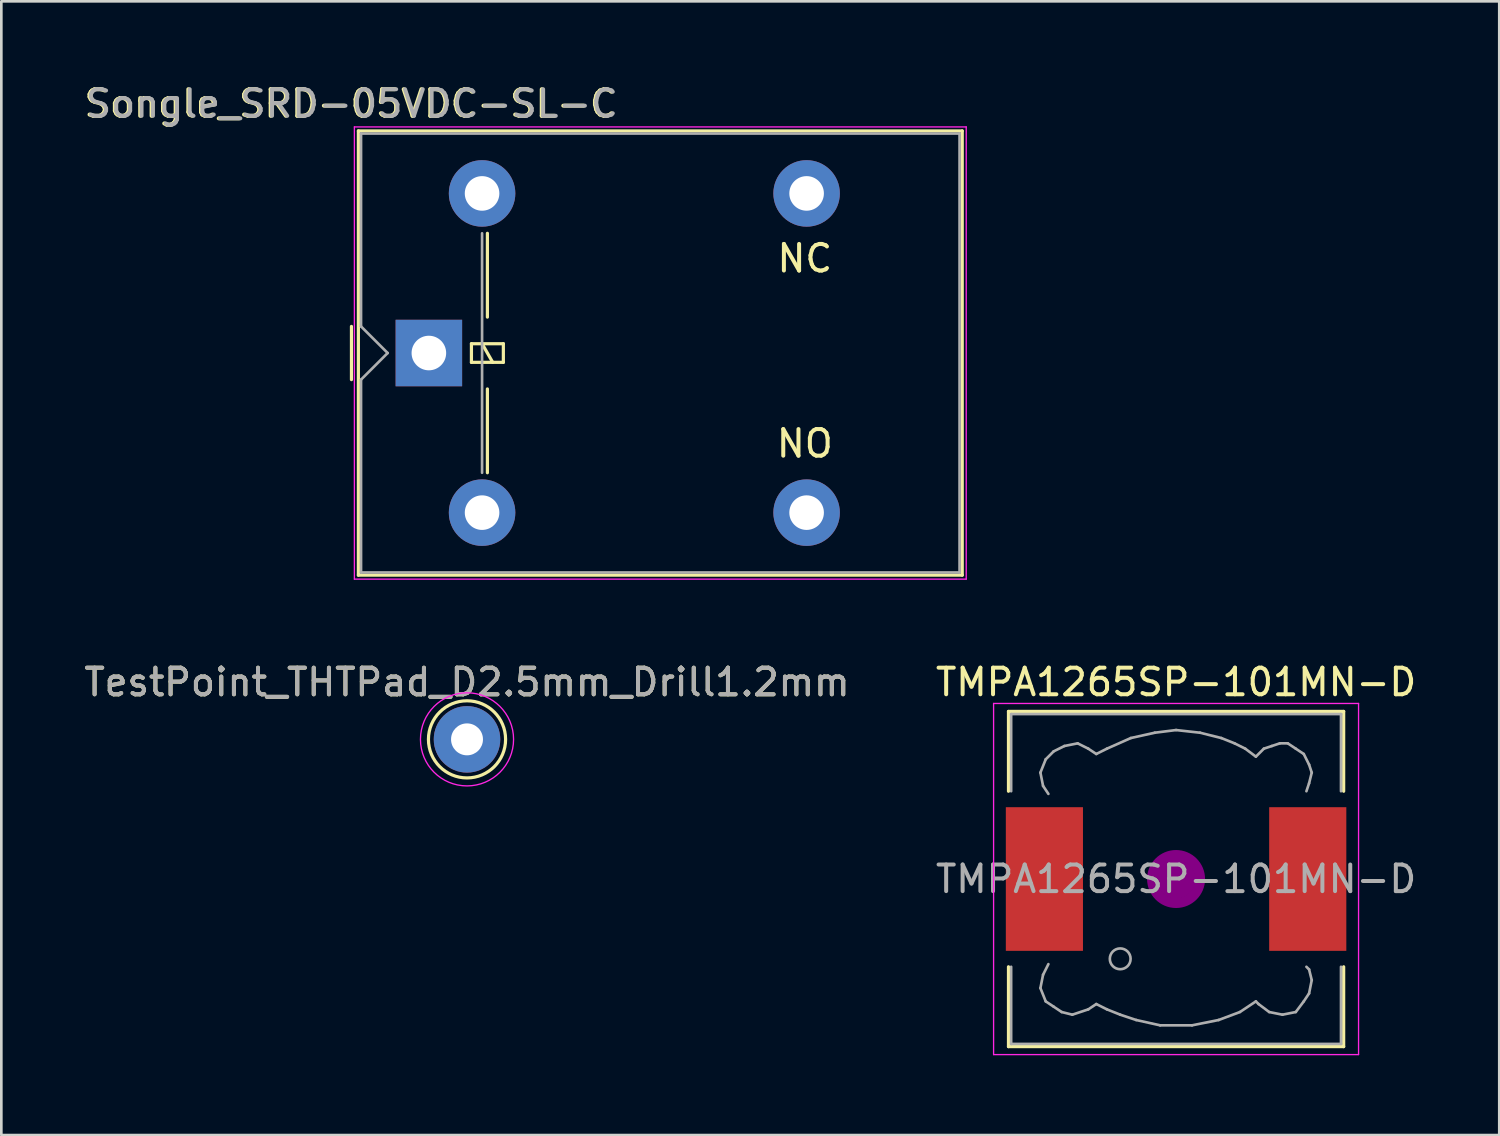
<source format=kicad_pcb>
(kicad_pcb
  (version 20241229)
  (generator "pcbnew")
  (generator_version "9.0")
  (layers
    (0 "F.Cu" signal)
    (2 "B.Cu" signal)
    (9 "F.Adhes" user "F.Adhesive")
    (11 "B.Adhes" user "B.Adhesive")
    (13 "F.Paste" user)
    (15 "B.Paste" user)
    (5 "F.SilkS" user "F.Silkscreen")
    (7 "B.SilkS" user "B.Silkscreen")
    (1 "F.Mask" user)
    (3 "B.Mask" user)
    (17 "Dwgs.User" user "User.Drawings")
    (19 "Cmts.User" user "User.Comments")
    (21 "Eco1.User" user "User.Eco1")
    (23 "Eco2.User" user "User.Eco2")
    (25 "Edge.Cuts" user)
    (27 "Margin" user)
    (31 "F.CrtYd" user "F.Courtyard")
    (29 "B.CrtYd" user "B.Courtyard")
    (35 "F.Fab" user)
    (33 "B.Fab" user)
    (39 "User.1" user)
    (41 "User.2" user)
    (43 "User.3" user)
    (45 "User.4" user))
  (footprint "Songle_SRD-05VDC-SL-C"
    (layer "F.Cu")
    (at 13.021 10.145)
    (property "Reference" "Songle_SRD-05VDC-SL-C" (at -2.896 -9.296 0) (layer "F.SilkS") (effects (font (size 1 1) (thickness 0.15))))
    (attr through_hole)
    (fp_line (start -2.859 1.076) (end -2.859 -0.924) (stroke (width 0.12) (type solid)) (layer "F.SilkS"))
    (fp_line (start -2.599 -8.274) (end -2.599 8.426) (stroke (width 0.12) (type solid)) (layer "F.SilkS"))
    (fp_line (start -2.599 8.426) (end 20.101 8.426) (stroke (width 0.12) (type solid)) (layer "F.SilkS"))
    (fp_line (start 1.651 -0.274) (end 1.651 0.426) (stroke (width 0.12) (type solid)) (layer "F.SilkS"))
    (fp_line (start 1.651 0.426) (end 2.851 0.426) (stroke (width 0.12) (type solid)) (layer "F.SilkS"))
    (fp_line (start 2.251 -1.274) (end 2.251 -4.424) (stroke (width 0.12) (type solid)) (layer "F.SilkS"))
    (fp_line (start 2.251 4.576) (end 2.251 1.426) (stroke (width 0.12) (type solid)) (layer "F.SilkS"))
    (fp_line (start 2.451 0.426) (end 2.051 -0.274) (stroke (width 0.12) (type solid)) (layer "F.SilkS"))
    (fp_line (start 2.851 -0.274) (end 1.651 -0.274) (stroke (width 0.12) (type solid)) (layer "F.SilkS"))
    (fp_line (start 2.851 0.426) (end 2.851 -0.274) (stroke (width 0.12) (type solid)) (layer "F.SilkS"))
    (fp_line (start 20.101 -8.274) (end -2.599 -8.274) (stroke (width 0.12) (type solid)) (layer "F.SilkS"))
    (fp_line (start 20.101 8.426) (end 20.101 -8.274) (stroke (width 0.12) (type solid)) (layer "F.SilkS"))
    (fp_line (start -2.749 -8.424) (end -2.749 8.576) (stroke (width 0.05) (type solid)) (layer "F.CrtYd"))
    (fp_line (start -2.749 8.576) (end 20.251 8.576) (stroke (width 0.05) (type solid)) (layer "F.CrtYd"))
    (fp_line (start 20.251 -8.424) (end -2.749 -8.424) (stroke (width 0.05) (type solid)) (layer "F.CrtYd"))
    (fp_line (start 20.251 8.576) (end 20.251 -8.424) (stroke (width 0.05) (type solid)) (layer "F.CrtYd"))
    (fp_line (start -2.499 -8.174) (end 20.001 -8.174) (stroke (width 0.1) (type solid)) (layer "F.Fab"))
    (fp_line (start -2.499 -0.924) (end -2.499 -8.174) (stroke (width 0.1) (type solid)) (layer "F.Fab"))
    (fp_line (start -2.499 1.076) (end -1.499 0.076) (stroke (width 0.1) (type solid)) (layer "F.Fab"))
    (fp_line (start -2.499 8.326) (end -2.499 1.076) (stroke (width 0.1) (type solid)) (layer "F.Fab"))
    (fp_line (start -1.499 0.076) (end -2.499 -0.924) (stroke (width 0.1) (type solid)) (layer "F.Fab"))
    (fp_line (start 2.051 4.576) (end 2.051 -4.424) (stroke (width 0.1) (type solid)) (layer "F.Fab"))
    (fp_line (start 20.001 -8.174) (end 20.001 8.326) (stroke (width 0.1) (type solid)) (layer "F.Fab"))
    (fp_line (start 20.001 8.326) (end -2.499 8.326) (stroke (width 0.1) (type solid)) (layer "F.Fab"))
    (fp_text user "NC" (at 14.183 -3.48 0) (layer "F.SilkS") (effects (font (size 1 1) (thickness 0.15))))
    (fp_text user "NO" (at 14.183 3.48 0) (layer "F.SilkS") (effects (font (size 1 1) (thickness 0.15))))
    (fp_text user "${REFERENCE}" (at -2.845 -9.296 0) (layer "F.Fab") (effects (font (size 1 1) (thickness 0.15))))
    (pad "1" thru_hole oval (at 2.051 6.076 90) (size 2.5 2.5) (drill 1.3) (layers "*.Cu" "*.Mask"))
    (pad "2" thru_hole oval (at 2.051 -5.924 90) (size 2.5 2.5) (drill 1.3) (layers "*.Cu" "*.Mask"))
    (pad "3" thru_hole rect (at 0.051 0.076 90) (size 2.5 2.5) (drill 1.3) (layers "*.Cu" "*.Mask"))
    (pad "4" thru_hole oval (at 14.251 -5.924 90) (size 2.5 2.5) (drill 1.3) (layers "*.Cu" "*.Mask"))
    (pad "5" thru_hole oval (at 14.251 6.076 90) (size 2.5 2.5) (drill 1.3) (layers "*.Cu" "*.Mask")))
  (footprint "TMPA1265SP-101MN-D"
    (layer "F.Cu")
    (at 41.161 29.994)
    (property "Reference" "TMPA1265SP-101MN-D" (at 0 -7.4 0) (layer "F.SilkS") (effects (font (size 1 1) (thickness 0.15))))
    (attr smd)
    (fp_line (start -6.3 -6.3) (end 6.3 -6.3) (stroke (width 0.12) (type solid)) (layer "F.SilkS"))
    (fp_line (start -6.3 -3.3) (end -6.3 -6.3) (stroke (width 0.12) (type solid)) (layer "F.SilkS"))
    (fp_line (start -6.3 6.3) (end -6.3 3.3) (stroke (width 0.12) (type solid)) (layer "F.SilkS"))
    (fp_line (start 6.3 -6.3) (end 6.3 -3.3) (stroke (width 0.12) (type solid)) (layer "F.SilkS"))
    (fp_line (start 6.3 3.3) (end 6.3 6.3) (stroke (width 0.12) (type solid)) (layer "F.SilkS"))
    (fp_line (start 6.3 6.3) (end -6.3 6.3) (stroke (width 0.12) (type solid)) (layer "F.SilkS"))
    (fp_circle (center 0 0) (end 0.15 0.15) (stroke (width 0.38) (type solid)) (fill no) (layer "F.Adhes"))
    (fp_circle (center 0 0) (end 0.55 0) (stroke (width 0.38) (type solid)) (fill no) (layer "F.Adhes"))
    (fp_circle (center 0 0) (end 0.9 0) (stroke (width 0.38) (type solid)) (fill no) (layer "F.Adhes"))
    (fp_line (start -6.86 -6.6) (end 6.86 -6.6) (stroke (width 0.05) (type solid)) (layer "F.CrtYd"))
    (fp_line (start -6.86 6.6) (end -6.86 -6.6) (stroke (width 0.05) (type solid)) (layer "F.CrtYd"))
    (fp_line (start 6.86 -6.6) (end 6.86 6.6) (stroke (width 0.05) (type solid)) (layer "F.CrtYd"))
    (fp_line (start 6.86 6.6) (end -6.86 6.6) (stroke (width 0.05) (type solid)) (layer "F.CrtYd"))
    (fp_line (start -6.2 -6.2) (end -6.2 -3.3) (stroke (width 0.1) (type solid)) (layer "F.Fab"))
    (fp_line (start -6.2 3.3) (end -6.2 6.2) (stroke (width 0.1) (type solid)) (layer "F.Fab"))
    (fp_line (start -6.2 6.2) (end 6.2 6.2) (stroke (width 0.1) (type solid)) (layer "F.Fab"))
    (fp_line (start -5.1 -4) (end -5 -3.5) (stroke (width 0.1) (type solid)) (layer "F.Fab"))
    (fp_line (start -5.1 4.1) (end -5 3.6) (stroke (width 0.1) (type solid)) (layer "F.Fab"))
    (fp_line (start -5 -3.5) (end -4.8 -3.2) (stroke (width 0.1) (type solid)) (layer "F.Fab"))
    (fp_line (start -5 3.6) (end -4.8 3.2) (stroke (width 0.1) (type solid)) (layer "F.Fab"))
    (fp_line (start -4.9 -4.5) (end -5.1 -4) (stroke (width 0.1) (type solid)) (layer "F.Fab"))
    (fp_line (start -4.9 4.6) (end -5.1 4.1) (stroke (width 0.1) (type solid)) (layer "F.Fab"))
    (fp_line (start -4.6 -4.8) (end -4.9 -4.5) (stroke (width 0.1) (type solid)) (layer "F.Fab"))
    (fp_line (start -4.6 4.8) (end -4.9 4.6) (stroke (width 0.1) (type solid)) (layer "F.Fab"))
    (fp_line (start -4.3 5) (end -4.6 4.8) (stroke (width 0.1) (type solid)) (layer "F.Fab"))
    (fp_line (start -4.2 -5) (end -4.6 -4.8) (stroke (width 0.1) (type solid)) (layer "F.Fab"))
    (fp_line (start -3.9 5.1) (end -4.3 5) (stroke (width 0.1) (type solid)) (layer "F.Fab"))
    (fp_line (start -3.7 -5.1) (end -4.2 -5) (stroke (width 0.1) (type solid)) (layer "F.Fab"))
    (fp_line (start -3.3 -4.9) (end -3.7 -5.1) (stroke (width 0.1) (type solid)) (layer "F.Fab"))
    (fp_line (start -3.3 4.9) (end -3.9 5.1) (stroke (width 0.1) (type solid)) (layer "F.Fab"))
    (fp_line (start -3 -4.7) (end -3.3 -4.9) (stroke (width 0.1) (type solid)) (layer "F.Fab"))
    (fp_line (start -3 4.7) (end -3.3 4.9) (stroke (width 0.1) (type solid)) (layer "F.Fab"))
    (fp_line (start -2.6 -4.9) (end -3 -4.7) (stroke (width 0.1) (type solid)) (layer "F.Fab"))
    (fp_line (start -2.6 4.9) (end -3 4.7) (stroke (width 0.1) (type solid)) (layer "F.Fab"))
    (fp_line (start -2.1 5.1) (end -2.6 4.9) (stroke (width 0.1) (type solid)) (layer "F.Fab"))
    (fp_line (start -1.7 -5.3) (end -2.6 -4.9) (stroke (width 0.1) (type solid)) (layer "F.Fab"))
    (fp_line (start -1.5 5.3) (end -2.1 5.1) (stroke (width 0.1) (type solid)) (layer "F.Fab"))
    (fp_line (start -0.8 -5.5) (end -1.7 -5.3) (stroke (width 0.1) (type solid)) (layer "F.Fab"))
    (fp_line (start -0.6 5.5) (end -1.5 5.3) (stroke (width 0.1) (type solid)) (layer "F.Fab"))
    (fp_line (start 0 -5.6) (end -0.8 -5.5) (stroke (width 0.1) (type solid)) (layer "F.Fab"))
    (fp_line (start 0.6 5.5) (end -0.6 5.5) (stroke (width 0.1) (type solid)) (layer "F.Fab"))
    (fp_line (start 0.9 -5.5) (end 0 -5.6) (stroke (width 0.1) (type solid)) (layer "F.Fab"))
    (fp_line (start 1.6 5.3) (end 0.6 5.5) (stroke (width 0.1) (type solid)) (layer "F.Fab"))
    (fp_line (start 1.7 -5.3) (end 0.9 -5.5) (stroke (width 0.1) (type solid)) (layer "F.Fab"))
    (fp_line (start 2.2 -5.1) (end 1.7 -5.3) (stroke (width 0.1) (type solid)) (layer "F.Fab"))
    (fp_line (start 2.4 5) (end 1.6 5.3) (stroke (width 0.1) (type solid)) (layer "F.Fab"))
    (fp_line (start 2.6 -4.9) (end 2.2 -5.1) (stroke (width 0.1) (type solid)) (layer "F.Fab"))
    (fp_line (start 3 -4.6) (end 2.6 -4.9) (stroke (width 0.1) (type solid)) (layer "F.Fab"))
    (fp_line (start 3 4.6) (end 2.4 5) (stroke (width 0.1) (type solid)) (layer "F.Fab"))
    (fp_line (start 3.1 4.7) (end 3 4.6) (stroke (width 0.1) (type solid)) (layer "F.Fab"))
    (fp_line (start 3.3 -4.9) (end 3 -4.6) (stroke (width 0.1) (type solid)) (layer "F.Fab"))
    (fp_line (start 3.5 5) (end 3.1 4.7) (stroke (width 0.1) (type solid)) (layer "F.Fab"))
    (fp_line (start 3.6 -5) (end 3.3 -4.9) (stroke (width 0.1) (type solid)) (layer "F.Fab"))
    (fp_line (start 3.9 -5.1) (end 3.6 -5) (stroke (width 0.1) (type solid)) (layer "F.Fab"))
    (fp_line (start 4 5.1) (end 3.5 5) (stroke (width 0.1) (type solid)) (layer "F.Fab"))
    (fp_line (start 4.2 -5.1) (end 3.9 -5.1) (stroke (width 0.1) (type solid)) (layer "F.Fab"))
    (fp_line (start 4.5 -4.9) (end 4.2 -5.1) (stroke (width 0.1) (type solid)) (layer "F.Fab"))
    (fp_line (start 4.5 5) (end 4 5.1) (stroke (width 0.1) (type solid)) (layer "F.Fab"))
    (fp_line (start 4.8 -4.7) (end 4.5 -4.9) (stroke (width 0.1) (type solid)) (layer "F.Fab"))
    (fp_line (start 4.8 4.6) (end 4.5 5) (stroke (width 0.1) (type solid)) (layer "F.Fab"))
    (fp_line (start 4.9 -3.3) (end 5 -3.6) (stroke (width 0.1) (type solid)) (layer "F.Fab"))
    (fp_line (start 4.9 3.3) (end 5 3.4) (stroke (width 0.1) (type solid)) (layer "F.Fab"))
    (fp_line (start 5 -4.3) (end 4.8 -4.7) (stroke (width 0.1) (type solid)) (layer "F.Fab"))
    (fp_line (start 5 -3.6) (end 5.1 -4) (stroke (width 0.1) (type solid)) (layer "F.Fab"))
    (fp_line (start 5 3.4) (end 5.1 3.8) (stroke (width 0.1) (type solid)) (layer "F.Fab"))
    (fp_line (start 5 4.3) (end 4.8 4.6) (stroke (width 0.1) (type solid)) (layer "F.Fab"))
    (fp_line (start 5.1 -4) (end 5 -4.3) (stroke (width 0.1) (type solid)) (layer "F.Fab"))
    (fp_line (start 5.1 3.8) (end 5 4.3) (stroke (width 0.1) (type solid)) (layer "F.Fab"))
    (fp_line (start 6.2 -6.2) (end -6.2 -6.2) (stroke (width 0.1) (type solid)) (layer "F.Fab"))
    (fp_line (start 6.2 -6.2) (end 6.2 -3.3) (stroke (width 0.1) (type solid)) (layer "F.Fab"))
    (fp_line (start 6.2 6.2) (end 6.2 3.3) (stroke (width 0.1) (type solid)) (layer "F.Fab"))
    (fp_circle (center -2.1 3) (end -1.8 3.25) (stroke (width 0.1) (type solid)) (fill no) (layer "F.Fab"))
    (fp_text user "${REFERENCE}" (at 0 0 0) (layer "F.Fab") (effects (font (size 1 1) (thickness 0.15))))
    (pad "1" smd rect (at -4.95 0) (size 2.9 5.4) (layers "F.Cu" "F.Mask" "F.Paste"))
    (pad "2" smd rect (at 4.95 0) (size 2.9 5.4) (layers "F.Cu" "F.Mask" "F.Paste")))
  (footprint "TestPoint_THTPad_D2.5mm_Drill1.2mm"
    (layer "F.Cu")
    (at 14.506 24.744)
    (property "Reference" "TestPoint_THTPad_D2.5mm_Drill1.2mm" (at 0 -2.148 0) (layer "F.SilkS") (effects (font (size 1 1) (thickness 0.15))))
    (attr exclude_from_pos_files)
    (fp_circle (center 0 0) (end 0 1.45) (stroke (width 0.12) (type solid)) (fill no) (layer "F.SilkS"))
    (fp_circle (center 0 0) (end 1.75 0) (stroke (width 0.05) (type solid)) (fill no) (layer "F.CrtYd"))
    (fp_text user "${REFERENCE}" (at 0 -2.15 0) (layer "F.Fab") (effects (font (size 1 1) (thickness 0.15))))
    (pad "1" thru_hole circle (at 0 0) (size 2.5 2.5) (drill 1.2) (layers "*.Cu" "*.Mask")))
  (gr_rect
    (start -3 -3)
    (end 53.31 39.619)
    (stroke (width 0.1) (type default))
    (fill no)
    (layer "Edge.Cuts")))
</source>
